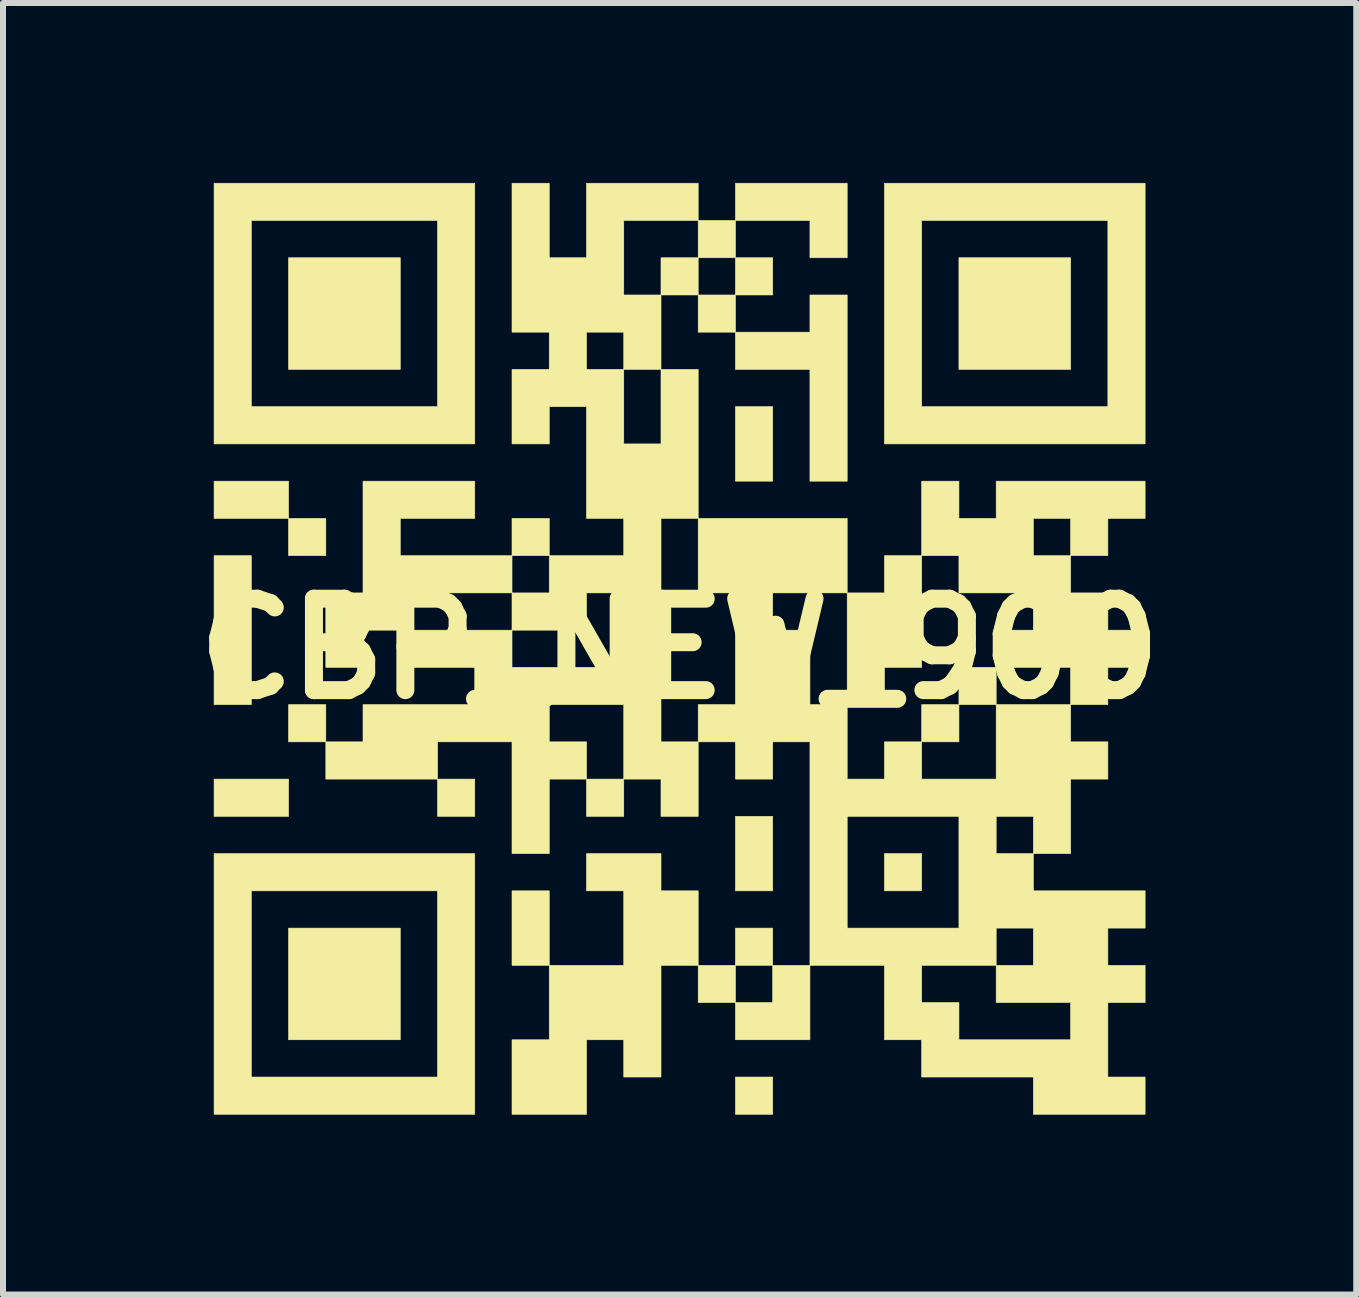
<source format=kicad_pcb>
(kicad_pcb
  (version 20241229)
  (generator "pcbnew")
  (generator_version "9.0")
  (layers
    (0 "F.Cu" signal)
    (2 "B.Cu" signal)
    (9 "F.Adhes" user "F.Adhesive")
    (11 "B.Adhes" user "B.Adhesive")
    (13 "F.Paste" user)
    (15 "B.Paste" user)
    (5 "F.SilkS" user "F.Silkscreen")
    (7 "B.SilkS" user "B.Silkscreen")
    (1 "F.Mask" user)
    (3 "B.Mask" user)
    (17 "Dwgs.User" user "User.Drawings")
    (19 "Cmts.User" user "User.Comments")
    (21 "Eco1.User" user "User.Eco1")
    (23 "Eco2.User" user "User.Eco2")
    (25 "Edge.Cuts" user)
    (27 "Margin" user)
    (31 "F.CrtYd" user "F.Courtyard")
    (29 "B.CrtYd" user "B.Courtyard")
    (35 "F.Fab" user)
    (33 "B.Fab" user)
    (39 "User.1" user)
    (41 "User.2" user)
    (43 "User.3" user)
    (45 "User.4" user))
  (footprint "CBP_NEW_900"
    (layer "F.Cu")
    (at 8.28 7.766)
    (property "Reference" "CBP_NEW_900" (at 0 0 0) (layer "F.SilkS") (effects (font (size 1.524 1.524) (thickness 0.3))))
    (attr through_hole)
    (fp_poly (pts (xy -7.14 0.931) (xy -7.761 0.931) (xy -7.761 -1.552) (xy -7.14 -1.552) (xy -7.14 0.931)) (stroke (width 0.01) (type solid)) (fill yes) (layer "F.SilkS"))
    (fp_poly (pts (xy -6.519 -2.173) (xy -7.761 -2.173) (xy -7.761 -2.794) (xy -6.519 -2.794) (xy -6.519 -2.173)) (stroke (width 0.01) (type solid)) (fill yes) (layer "F.SilkS"))
    (fp_poly (pts (xy -6.519 2.794) (xy -7.761 2.794) (xy -7.761 2.173) (xy -6.519 2.173) (xy -6.519 2.794)) (stroke (width 0.01) (type solid)) (fill yes) (layer "F.SilkS"))
    (fp_poly (pts (xy -5.898 -1.552) (xy -6.519 -1.552) (xy -6.519 -2.173) (xy -5.898 -2.173) (xy -5.898 -1.552)) (stroke (width 0.01) (type solid)) (fill yes) (layer "F.SilkS"))
    (fp_poly (pts (xy -5.898 1.552) (xy -6.519 1.552) (xy -6.519 0.931) (xy -5.898 0.931) (xy -5.898 1.552)) (stroke (width 0.01) (type solid)) (fill yes) (layer "F.SilkS"))
    (fp_poly (pts (xy -4.657 -4.657) (xy -6.519 -4.657) (xy -6.519 -6.519) (xy -4.657 -6.519) (xy -4.657 -4.657)) (stroke (width 0.01) (type solid)) (fill yes) (layer "F.SilkS"))
    (fp_poly (pts (xy -4.657 6.519) (xy -6.519 6.519) (xy -6.519 4.657) (xy -4.657 4.657) (xy -4.657 6.519)) (stroke (width 0.01) (type solid)) (fill yes) (layer "F.SilkS"))
    (fp_poly (pts (xy -3.415 2.794) (xy -4.036 2.794) (xy -4.036 2.173) (xy -3.415 2.173) (xy -3.415 2.794)) (stroke (width 0.01) (type solid)) (fill yes) (layer "F.SilkS"))
    (fp_poly (pts (xy -2.173 5.278) (xy -2.794 5.278) (xy -2.794 4.036) (xy -2.173 4.036) (xy -2.173 5.278)) (stroke (width 0.01) (type solid)) (fill yes) (layer "F.SilkS"))
    (fp_poly (pts (xy 0.931 -5.278) (xy 0.31 -5.278) (xy 0.31 -5.898) (xy 0.931 -5.898) (xy 0.931 -5.278)) (stroke (width 0.01) (type solid)) (fill yes) (layer "F.SilkS"))
    (fp_poly (pts (xy 1.552 -5.898) (xy 0.931 -5.898) (xy 0.931 -6.519) (xy 1.552 -6.519) (xy 1.552 -5.898)) (stroke (width 0.01) (type solid)) (fill yes) (layer "F.SilkS"))
    (fp_poly (pts (xy 1.552 -2.794) (xy 0.931 -2.794) (xy 0.931 -4.036) (xy 1.552 -4.036) (xy 1.552 -2.794)) (stroke (width 0.01) (type solid)) (fill yes) (layer "F.SilkS"))
    (fp_poly (pts (xy 1.552 4.036) (xy 0.931 4.036) (xy 0.931 2.794) (xy 1.552 2.794) (xy 1.552 4.036)) (stroke (width 0.01) (type solid)) (fill yes) (layer "F.SilkS"))
    (fp_poly (pts (xy 1.552 7.761) (xy 0.931 7.761) (xy 0.931 7.14) (xy 1.552 7.14) (xy 1.552 7.761)) (stroke (width 0.01) (type solid)) (fill yes) (layer "F.SilkS"))
    (fp_poly (pts (xy 4.036 4.036) (xy 3.415 4.036) (xy 3.415 3.415) (xy 4.036 3.415) (xy 4.036 4.036)) (stroke (width 0.01) (type solid)) (fill yes) (layer "F.SilkS"))
    (fp_poly (pts (xy 4.657 1.552) (xy 4.036 1.552) (xy 4.036 0.931) (xy 4.657 0.931) (xy 4.657 1.552)) (stroke (width 0.01) (type solid)) (fill yes) (layer "F.SilkS"))
    (fp_poly (pts (xy 5.278 0.931) (xy 4.657 0.931) (xy 4.657 0.31) (xy 5.278 0.31) (xy 5.278 0.931)) (stroke (width 0.01) (type solid)) (fill yes) (layer "F.SilkS"))
    (fp_poly (pts (xy 6.519 -4.657) (xy 4.657 -4.657) (xy 4.657 -6.519) (xy 6.519 -6.519) (xy 6.519 -4.657)) (stroke (width 0.01) (type solid)) (fill yes) (layer "F.SilkS"))
    (fp_poly (pts (xy 2.794 -6.519) (xy 2.173 -6.519) (xy 2.173 -7.14) (xy 0.931 -7.14) (xy 0.931 -7.761) (xy 2.794 -7.761) (xy 2.794 -6.519)) (stroke (width 0.01) (type solid)) (fill yes) (layer "F.SilkS"))
    (fp_poly (pts (xy 2.794 -2.794) (xy 2.173 -2.794) (xy 2.173 -4.657) (xy 0.931 -4.657) (xy 0.931 -5.278) (xy 2.173 -5.278) (xy 2.173 -5.898) (xy 2.794 -5.898) (xy 2.794 -2.794)) (stroke (width 0.01) (type solid)) (fill yes) (layer "F.SilkS"))
    (fp_poly (pts (xy -3.415 -3.415) (xy -7.761 -3.415) (xy -7.761 -7.14) (xy -7.14 -7.14) (xy -7.14 -4.036) (xy -4.036 -4.036) (xy -4.036 -7.14) (xy -7.14 -7.14) (xy -7.761 -7.14) (xy -7.761 -7.761) (xy -3.415 -7.761) (xy -3.415 -3.415)) (stroke (width 0.01) (type solid)) (fill yes) (layer "F.SilkS"))
    (fp_poly (pts (xy -3.415 7.761) (xy -7.761 7.761) (xy -7.761 4.036) (xy -7.14 4.036) (xy -7.14 7.14) (xy -4.036 7.14) (xy -4.036 4.036) (xy -7.14 4.036) (xy -7.761 4.036) (xy -7.761 3.415) (xy -3.415 3.415) (xy -3.415 7.761)) (stroke (width 0.01) (type solid)) (fill yes) (layer "F.SilkS"))
    (fp_poly (pts (xy 7.761 -3.415) (xy 3.415 -3.415) (xy 3.415 -7.14) (xy 4.036 -7.14) (xy 4.036 -4.036) (xy 7.14 -4.036) (xy 7.14 -7.14) (xy 4.036 -7.14) (xy 3.415 -7.14) (xy 3.415 -7.761) (xy 7.761 -7.761) (xy 7.761 -3.415)) (stroke (width 0.01) (type solid)) (fill yes) (layer "F.SilkS"))
    (fp_poly (pts (xy 2.173 5.278) (xy 2.173 6.519) (xy 0.931 6.519) (xy 0.931 5.898) (xy 0.31 5.898) (xy 0.31 5.278) (xy 0.931 5.278) (xy 0.931 5.898) (xy 1.552 5.898) (xy 1.552 5.278) (xy 0.931 5.278) (xy 0.931 4.657) (xy 1.552 4.657) (xy 1.552 5.278) (xy 2.173 5.278)) (stroke (width 0.01) (type solid)) (fill yes) (layer "F.SilkS"))
    (fp_poly (pts (xy -0.31 4.036) (xy 0.31 4.036) (xy 0.31 5.278) (xy -0.31 5.278) (xy -0.31 7.14) (xy -0.931 7.14) (xy -0.931 6.519) (xy -1.552 6.519) (xy -1.552 7.761) (xy -2.794 7.761) (xy -2.794 6.519) (xy -2.173 6.519) (xy -2.173 5.278) (xy -0.931 5.278) (xy -0.931 4.036) (xy -1.552 4.036) (xy -1.552 3.415) (xy -0.31 3.415) (xy -0.31 4.036)) (stroke (width 0.01) (type solid)) (fill yes) (layer "F.SilkS"))
    (fp_poly (pts (xy 0.31 -4.657) (xy 0.31 -2.173) (xy -0.31 -2.173) (xy -0.31 1.552) (xy 0.31 1.552) (xy 0.31 2.794) (xy -0.31 2.794) (xy -0.31 2.173) (xy -0.931 2.173) (xy -0.931 2.794) (xy -1.552 2.794) (xy -1.552 2.173) (xy -2.173 2.173) (xy -2.173 3.415) (xy -2.794 3.415) (xy -2.794 1.552) (xy -4.036 1.552) (xy -4.036 2.173) (xy -5.898 2.173) (xy -5.898 1.552) (xy -5.278 1.552) (xy -5.278 0.931) (xy -3.415 0.931) (xy -2.173 0.931) (xy -2.173 1.552) (xy -1.552 1.552) (xy -1.552 2.173) (xy -0.931 2.173) (xy -0.931 0.931) (xy -2.173 0.931) (xy -3.415 0.931) (xy -3.415 0.31) (xy -4.657 0.31) (xy -4.657 -0.31) (xy -5.278 -0.31) (xy -5.278 0.31) (xy -5.898 0.31) (xy -5.898 -0.931) (xy -5.278 -0.931) (xy -4.657 -0.931) (xy -4.657 -0.31) (xy -2.794 -0.31) (xy -2.794 0.31) (xy -0.931 0.31) (xy -0.931 -0.931) (xy -1.552 -0.931) (xy -1.552 -0.31) (xy -2.794 -0.31) (xy -2.794 -0.931) (xy -4.657 -0.931) (xy -5.278 -0.931) (xy -5.278 -2.794) (xy -3.415 -2.794) (xy -3.415 -2.173) (xy -4.657 -2.173) (xy -4.657 -1.552) (xy -2.794 -1.552) (xy -2.794 -0.931) (xy -2.173 -0.931) (xy -2.173 -1.552) (xy -2.794 -1.552) (xy -2.794 -2.173) (xy -2.173 -2.173) (xy -2.173 -1.552) (xy -0.931 -1.552) (xy -0.931 -2.173) (xy -1.552 -2.173) (xy -1.552 -4.036) (xy -2.173 -4.036) (xy -2.173 -3.415) (xy -2.794 -3.415) (xy -2.794 -4.657) (xy -2.173 -4.657) (xy -2.173 -5.278) (xy -1.552 -5.278) (xy -1.552 -4.657) (xy -0.931 -4.657) (xy -0.931 -3.415) (xy -0.31 -3.415) (xy -0.31 -4.657) (xy -0.931 -4.657) (xy -0.931 -5.278) (xy -1.552 -5.278) (xy -2.173 -5.278) (xy -2.794 -5.278) (xy -2.794 -7.761) (xy -2.173 -7.761) (xy -2.173 -6.519) (xy -1.552 -6.519) (xy -1.552 -7.14) (xy -0.931 -7.14) (xy -0.931 -5.898) (xy -0.31 -5.898) (xy -0.31 -6.519) (xy 0.31 -6.519) (xy 0.31 -7.14) (xy -0.931 -7.14) (xy -1.552 -7.14) (xy -1.552 -7.761) (xy 0.31 -7.761) (xy 0.31 -7.14) (xy 0.931 -7.14) (xy 0.931 -6.519) (xy 0.31 -6.519) (xy 0.31 -5.898) (xy -0.31 -5.898) (xy -0.31 -4.657) (xy 0.31 -4.657)) (stroke (width 0.01) (type solid)) (fill yes) (layer "F.SilkS"))
    (fp_poly (pts (xy 4.657 -2.173) (xy 5.278 -2.173) (xy 5.898 -2.173) (xy 5.898 -1.552) (xy 6.519 -1.552) (xy 6.519 -2.173) (xy 5.898 -2.173) (xy 5.278 -2.173) (xy 5.278 -2.794) (xy 7.761 -2.794) (xy 7.761 -2.173) (xy 7.14 -2.173) (xy 7.14 -1.552) (xy 6.519 -1.552) (xy 6.519 -0.931) (xy 7.14 -0.931) (xy 7.14 -0.31) (xy 7.761 -0.31) (xy 7.761 0.31) (xy 7.14 0.31) (xy 7.14 0.931) (xy 6.519 0.931) (xy 6.519 1.552) (xy 7.14 1.552) (xy 7.14 2.173) (xy 6.519 2.173) (xy 6.519 3.415) (xy 5.898 3.415) (xy 5.898 4.036) (xy 7.761 4.036) (xy 7.761 4.657) (xy 7.14 4.657) (xy 7.14 5.278) (xy 7.761 5.278) (xy 7.761 5.898) (xy 7.14 5.898) (xy 7.14 7.14) (xy 7.761 7.14) (xy 7.761 7.761) (xy 5.898 7.761) (xy 5.898 7.14) (xy 4.036 7.14) (xy 4.036 6.519) (xy 3.415 6.519) (xy 3.415 5.278) (xy 4.036 5.278) (xy 4.036 5.898) (xy 4.657 5.898) (xy 4.657 6.519) (xy 6.519 6.519) (xy 6.519 5.898) (xy 5.278 5.898) (xy 5.278 5.278) (xy 4.036 5.278) (xy 3.415 5.278) (xy 2.173 5.278) (xy 2.173 2.794) (xy 2.794 2.794) (xy 2.794 4.657) (xy 4.657 4.657) (xy 5.278 4.657) (xy 5.278 5.278) (xy 5.898 5.278) (xy 5.898 4.657) (xy 5.278 4.657) (xy 4.657 4.657) (xy 4.657 2.794) (xy 5.278 2.794) (xy 5.278 3.415) (xy 5.898 3.415) (xy 5.898 2.794) (xy 5.278 2.794) (xy 4.657 2.794) (xy 2.794 2.794) (xy 2.173 2.794) (xy 2.173 1.552) (xy 1.552 1.552) (xy 1.552 2.173) (xy 0.931 2.173) (xy 0.931 1.552) (xy 0.31 1.552) (xy 0.31 0.931) (xy 0.931 0.931) (xy 0.931 -0.931) (xy 1.552 -0.931) (xy 1.552 -0.31) (xy 2.173 -0.31) (xy 2.173 0.931) (xy 2.794 0.931) (xy 2.794 2.173) (xy 3.415 2.173) (xy 3.415 1.552) (xy 4.036 1.552) (xy 4.036 2.173) (xy 5.278 2.173) (xy 5.278 0.931) (xy 6.519 0.931) (xy 6.519 0.31) (xy 5.278 0.31) (xy 5.278 -0.31) (xy 5.898 -0.31) (xy 5.898 -0.931) (xy 4.657 -0.931) (xy 4.657 -1.552) (xy 4.036 -1.552) (xy 4.036 0.31) (xy 3.415 0.31) (xy 3.415 0.931) (xy 2.794 0.931) (xy 2.794 -0.931) (xy 1.552 -0.931) (xy 0.931 -0.931) (xy 0.31 -0.931) (xy 0.31 -2.173) (xy 2.794 -2.173) (xy 2.794 -0.931) (xy 3.415 -0.931) (xy 3.415 -1.552) (xy 4.036 -1.552) (xy 4.036 -2.794) (xy 4.657 -2.794) (xy 4.657 -2.173)) (stroke (width 0.01) (type solid)) (fill yes) (layer "F.SilkS")))
  (gr_rect
    (start -3 -3)
    (end 19.561 18.532)
    (stroke (width 0.1) (type default))
    (fill no)
    (layer "Edge.Cuts")))
</source>
